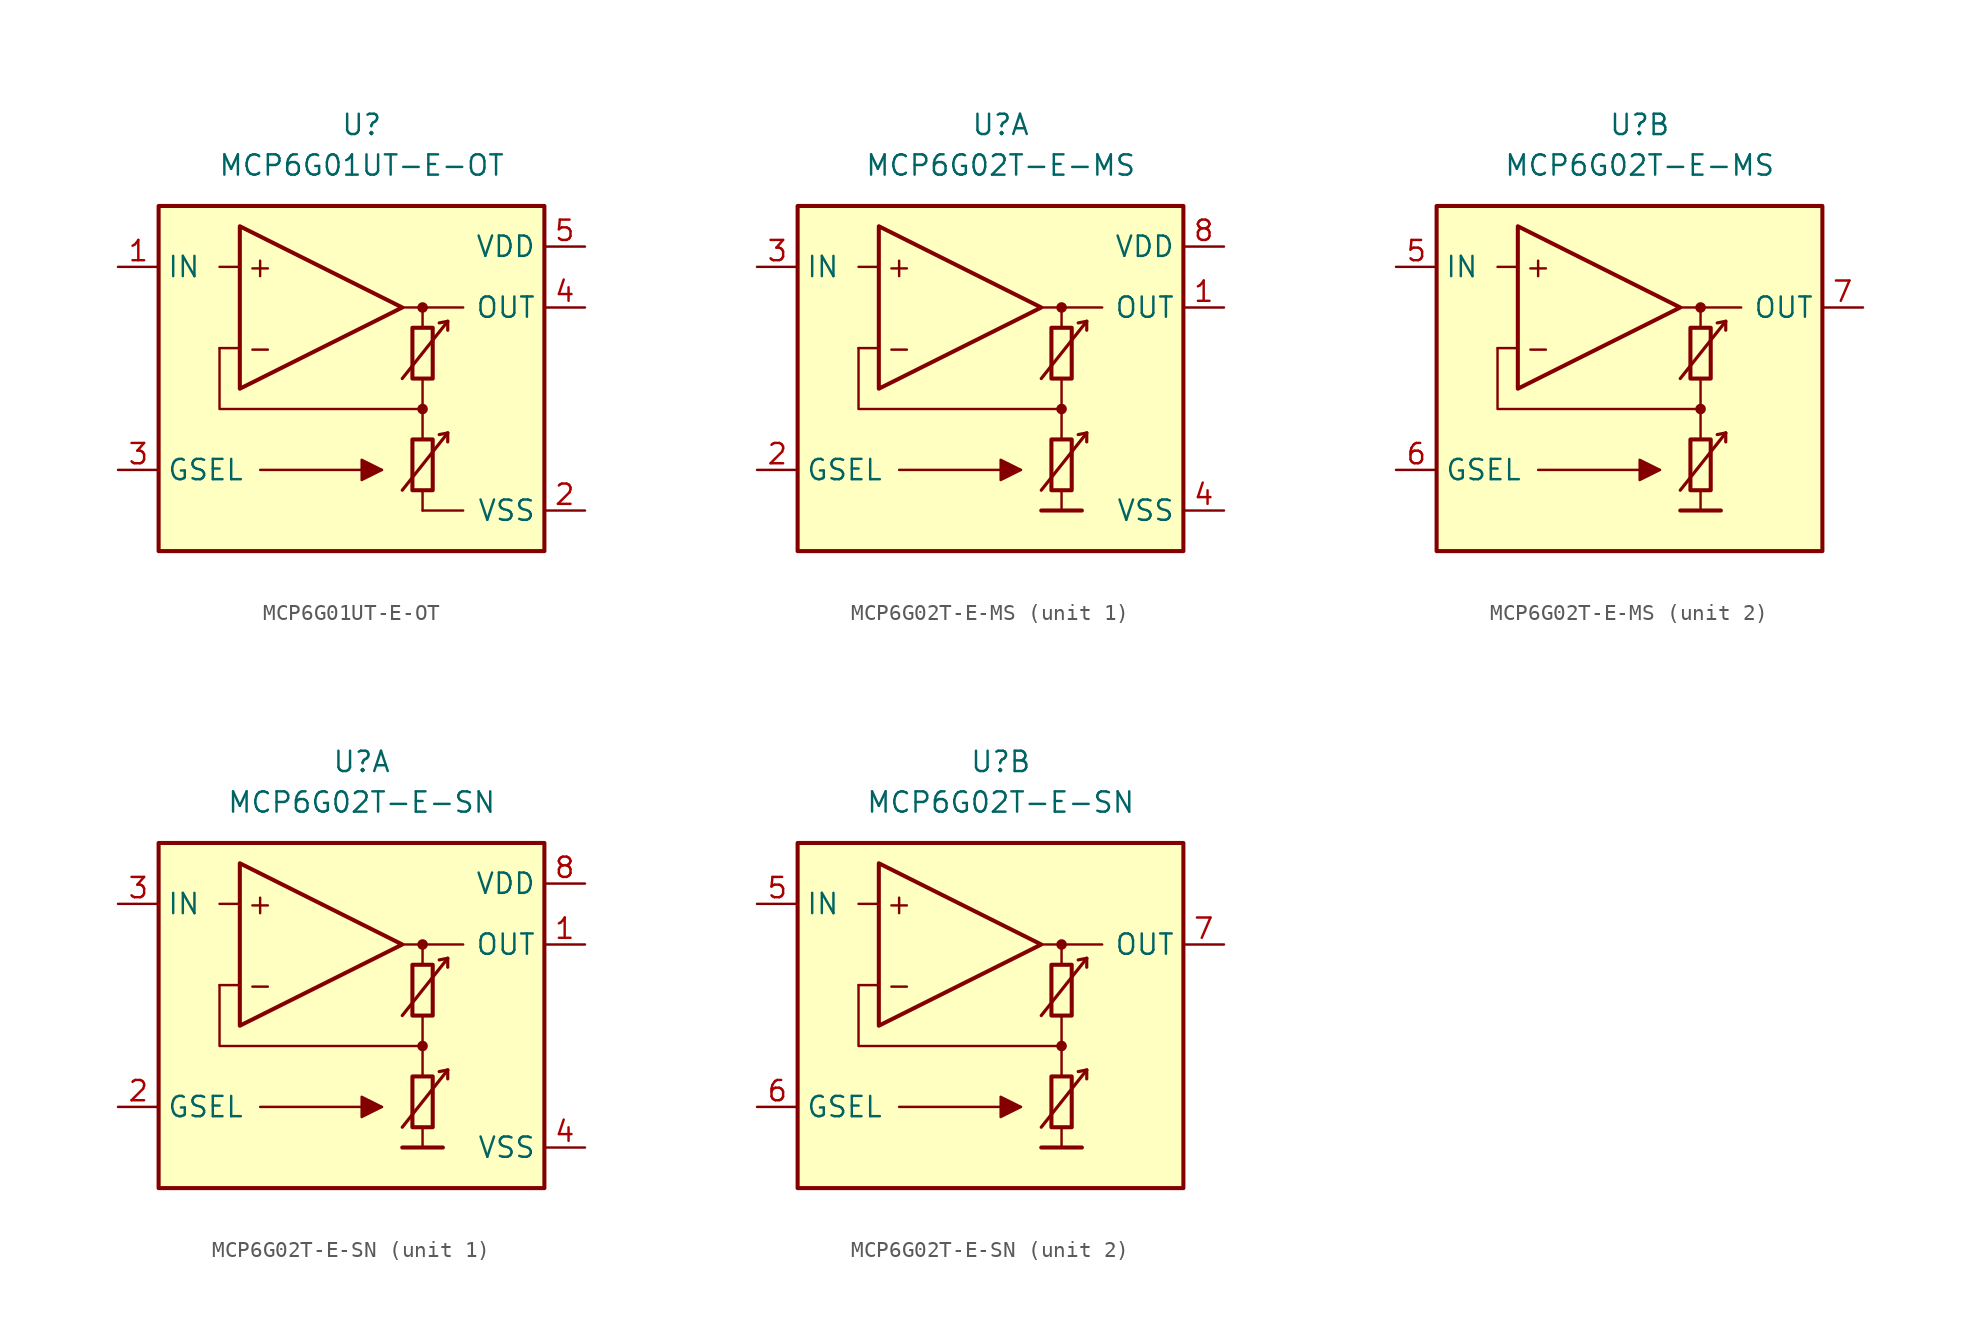
<source format=kicad_sym>
(kicad_symbol_lib
  (version 20211014)
  (generator kicad_symbol_editor)
  (symbol "MCP6G01UT-E-OT"
    (property "Reference" "U"
      (at 0 16.51 0)
      (effects (font (size 1.27 1.27))))
    (property "Value" "MCP6G01UT-E-OT"
      (at 0 13.97 0)
      (effects (font (size 1.27 1.27))))
    (symbol "MCP6G01UT-E-OT_0_0"
      (rectangle (start -12.7 11.43) (end 11.43 -10.16) (stroke (width 0.254) (type default) (color 0 0 0 0)) (fill (type background)))
      (polyline (pts (xy 3.81 -3.81)) (stroke (width 0.152) (type default) (color 0 0 0 0)) (fill (type none)))
      (polyline (pts (xy 3.81 3.81)) (stroke (width 0.152) (type default) (color 0 0 0 0)) (fill (type none)))
      (polyline (pts (xy -7.62 2.54) (xy -8.89 2.54)) (stroke (width 0.152) (type default) (color 0 0 0 0)) (fill (type none)))
      (polyline (pts (xy -7.62 7.62) (xy -8.89 7.62)) (stroke (width 0.152) (type default) (color 0 0 0 0)) (fill (type none)))
      (polyline (pts (xy 2.54 5.08) (xy 6.35 5.08)) (stroke (width 0.152) (type default) (color 0 0 0 0)) (fill (type none)))
      (polyline (pts (xy 3.81 -7.62) (xy 6.35 -7.62)) (stroke (width 0.152) (type default) (color 0 0 0 0)) (fill (type none)))
      (polyline (pts (xy 3.81 -6.35) (xy 3.81 -7.62)) (stroke (width 0.152) (type default) (color 0 0 0 0)) (fill (type none)))
      (polyline (pts (xy 3.81 -1.27) (xy 3.81 -3.175)) (stroke (width 0.152) (type default) (color 0 0 0 0)) (fill (type none)))
      (polyline (pts (xy 3.81 0.635) (xy 3.81 -1.27)) (stroke (width 0.152) (type default) (color 0 0 0 0)) (fill (type none)))
      (polyline (pts (xy 3.81 5.08) (xy 3.81 3.81)) (stroke (width 0.152) (type default) (color 0 0 0 0)) (fill (type none)))
      (polyline (pts (xy 3.81 -1.27) (xy -8.89 -1.27) (xy -8.89 2.54)) (stroke (width 0.152) (type default) (color 0 0 0 0)) (fill (type none)))
      (circle (center 3.81 -1.27) (radius 0.254) (stroke (width 0.152) (type default) (color 0 0 0 0)) (fill (type outline)))
      (circle (center 3.81 5.08) (radius 0.254) (stroke (width 0.152) (type default) (color 0 0 0 0)) (fill (type outline)))
      (text "+" (at -6.35 7.62 0) (effects (font (size 1.27 1.27))))
      (text "-" (at -6.35 2.54 0) (effects (font (size 1.27 1.27)))))
    (symbol "MCP6G01UT-E-OT_0_1"
      (polyline (pts (xy -6.35 -5.08) (xy 1.27 -5.08)) (stroke (width 0.152) (type default) (color 0 0 0 0)) (fill (type none)))
      (polyline (pts (xy 5.385 -2.769) (xy 4.851 -2.87)) (stroke (width 0.2) (type default) (color 0 0 0 0)) (fill (type none)))
      (polyline (pts (xy 5.385 -2.769) (xy 5.385 -3.327)) (stroke (width 0.2) (type default) (color 0 0 0 0)) (fill (type none)))
      (polyline (pts (xy 5.385 4.216) (xy 4.851 4.115)) (stroke (width 0.2) (type default) (color 0 0 0 0)) (fill (type none)))
      (polyline (pts (xy 5.385 4.216) (xy 5.385 3.658)) (stroke (width 0.2) (type default) (color 0 0 0 0)) (fill (type none)))
      (polyline (pts (xy -7.62 10.16) (xy -7.62 0) (xy 2.54 5.08) (xy -7.62 10.16)) (stroke (width 0.254) (type default) (color 0 0 0 0)) (fill (type background)))
      (polyline (pts (xy 2.54 -6.35) (xy 5.385 -2.769) (xy 5.385 -2.769) (xy 5.385 -2.769)) (stroke (width 0.2) (type default) (color 0 0 0 0)) (fill (type none)))
      (polyline (pts (xy 2.54 0.635) (xy 5.385 4.216) (xy 5.385 4.216) (xy 5.385 4.216)) (stroke (width 0.2) (type default) (color 0 0 0 0)) (fill (type none)))
      (polyline (pts (xy 1.27 -5.08) (xy 0 -4.445) (xy 0 -5.715) (xy 1.27 -5.08) (xy 0 -4.445)) (stroke (width 0.152) (type default) (color 0 0 0 0)) (fill (type outline)))
      (rectangle (start 3.175 -3.175) (end 4.445 -6.35) (stroke (width 0.254) (type default) (color 0 0 0 0)) (fill (type none)))
      (rectangle (start 3.175 3.81) (end 4.445 0.635) (stroke (width 0.254) (type default) (color 0 0 0 0)) (fill (type none))))
    (symbol "MCP6G01UT-E-OT_1_1"
      (pin input line (at -15.24 7.62 0) (length 2.54) (name "IN" (effects (font (size 1.27 1.27)))) (number "1" (effects (font (size 1.27 1.27)))))
      (pin power_in line (at 13.97 -7.62 180) (length 2.54) (name "VSS" (effects (font (size 1.27 1.27)))) (number "2" (effects (font (size 1.27 1.27)))))
      (pin input line (at -15.24 -5.08 0) (length 2.54) (name "GSEL" (effects (font (size 1.27 1.27)))) (number "3" (effects (font (size 1.27 1.27)))))
      (pin output line (at 13.97 5.08 180) (length 2.54) (name "OUT" (effects (font (size 1.27 1.27)))) (number "4" (effects (font (size 1.27 1.27)))))
      (pin power_in line (at 13.97 8.89 180) (length 2.54) (name "VDD" (effects (font (size 1.27 1.27)))) (number "5" (effects (font (size 1.27 1.27)))))))
  (symbol "MCP6G02T-E-MS"
    (property "Reference" "U"
      (at 0 16.51 0)
      (effects (font (size 1.27 1.27))))
    (property "Value" "MCP6G02T-E-MS"
      (at 0 13.97 0)
      (effects (font (size 1.27 1.27))))
    (property "ki_locked" ""
      (at 0 0 0)
      (effects (font (size 1.27 1.27))))
    (symbol "MCP6G02T-E-MS_0_0"
      (rectangle (start -12.7 11.43) (end 11.43 -10.16) (stroke (width 0.254) (type default) (color 0 0 0 0)) (fill (type background)))
      (polyline (pts (xy 3.81 -3.81)) (stroke (width 0.152) (type default) (color 0 0 0 0)) (fill (type none)))
      (polyline (pts (xy 3.81 3.81)) (stroke (width 0.152) (type default) (color 0 0 0 0)) (fill (type none)))
      (polyline (pts (xy -7.62 2.54) (xy -8.89 2.54)) (stroke (width 0.152) (type default) (color 0 0 0 0)) (fill (type none)))
      (polyline (pts (xy -7.62 7.62) (xy -8.89 7.62)) (stroke (width 0.152) (type default) (color 0 0 0 0)) (fill (type none)))
      (polyline (pts (xy 2.54 -7.62) (xy 5.08 -7.62)) (stroke (width 0.254) (type default) (color 0 0 0 0)) (fill (type none)))
      (polyline (pts (xy 2.54 5.08) (xy 6.35 5.08)) (stroke (width 0.152) (type default) (color 0 0 0 0)) (fill (type none)))
      (polyline (pts (xy 3.81 -6.35) (xy 3.81 -7.62)) (stroke (width 0.152) (type default) (color 0 0 0 0)) (fill (type none)))
      (polyline (pts (xy 3.81 -1.27) (xy 3.81 -3.175)) (stroke (width 0.152) (type default) (color 0 0 0 0)) (fill (type none)))
      (polyline (pts (xy 3.81 0.635) (xy 3.81 -1.27)) (stroke (width 0.152) (type default) (color 0 0 0 0)) (fill (type none)))
      (polyline (pts (xy 3.81 5.08) (xy 3.81 3.81)) (stroke (width 0.152) (type default) (color 0 0 0 0)) (fill (type none)))
      (polyline (pts (xy 3.81 -1.27) (xy -8.89 -1.27) (xy -8.89 2.54)) (stroke (width 0.152) (type default) (color 0 0 0 0)) (fill (type none)))
      (circle (center 3.81 -1.27) (radius 0.254) (stroke (width 0.152) (type default) (color 0 0 0 0)) (fill (type outline)))
      (circle (center 3.81 5.08) (radius 0.254) (stroke (width 0.152) (type default) (color 0 0 0 0)) (fill (type outline)))
      (text "+" (at -6.35 7.62 0) (effects (font (size 1.27 1.27))))
      (text "-" (at -6.35 2.54 0) (effects (font (size 1.27 1.27)))))
    (symbol "MCP6G02T-E-MS_0_1"
      (polyline (pts (xy -6.35 -5.08) (xy 1.27 -5.08)) (stroke (width 0.152) (type default) (color 0 0 0 0)) (fill (type none)))
      (polyline (pts (xy 5.385 -2.769) (xy 4.851 -2.87)) (stroke (width 0.2) (type default) (color 0 0 0 0)) (fill (type none)))
      (polyline (pts (xy 5.385 -2.769) (xy 5.385 -3.327)) (stroke (width 0.2) (type default) (color 0 0 0 0)) (fill (type none)))
      (polyline (pts (xy 5.385 4.216) (xy 4.851 4.115)) (stroke (width 0.2) (type default) (color 0 0 0 0)) (fill (type none)))
      (polyline (pts (xy 5.385 4.216) (xy 5.385 3.658)) (stroke (width 0.2) (type default) (color 0 0 0 0)) (fill (type none)))
      (polyline (pts (xy -7.62 10.16) (xy -7.62 0) (xy 2.54 5.08) (xy -7.62 10.16)) (stroke (width 0.254) (type default) (color 0 0 0 0)) (fill (type background)))
      (polyline (pts (xy 2.54 -6.35) (xy 5.385 -2.769) (xy 5.385 -2.769) (xy 5.385 -2.769)) (stroke (width 0.2) (type default) (color 0 0 0 0)) (fill (type none)))
      (polyline (pts (xy 2.54 0.635) (xy 5.385 4.216) (xy 5.385 4.216) (xy 5.385 4.216)) (stroke (width 0.2) (type default) (color 0 0 0 0)) (fill (type none)))
      (polyline (pts (xy 1.27 -5.08) (xy 0 -4.445) (xy 0 -5.715) (xy 1.27 -5.08) (xy 0 -4.445)) (stroke (width 0.152) (type default) (color 0 0 0 0)) (fill (type outline)))
      (rectangle (start 3.175 -3.175) (end 4.445 -6.35) (stroke (width 0.254) (type default) (color 0 0 0 0)) (fill (type none)))
      (rectangle (start 3.175 3.81) (end 4.445 0.635) (stroke (width 0.254) (type default) (color 0 0 0 0)) (fill (type none))))
    (symbol "MCP6G02T-E-MS_1_1"
      (pin output line (at 13.97 5.08 180) (length 2.54) (name "OUT" (effects (font (size 1.27 1.27)))) (number "1" (effects (font (size 1.27 1.27)))))
      (pin input line (at -15.24 -5.08 0) (length 2.54) (name "GSEL" (effects (font (size 1.27 1.27)))) (number "2" (effects (font (size 1.27 1.27)))))
      (pin input line (at -15.24 7.62 0) (length 2.54) (name "IN" (effects (font (size 1.27 1.27)))) (number "3" (effects (font (size 1.27 1.27)))))
      (pin power_in line (at 13.97 -7.62 180) (length 2.54) (name "VSS" (effects (font (size 1.27 1.27)))) (number "4" (effects (font (size 1.27 1.27)))))
      (pin power_in line (at 13.97 8.89 180) (length 2.54) (name "VDD" (effects (font (size 1.27 1.27)))) (number "8" (effects (font (size 1.27 1.27))))))
    (symbol "MCP6G02T-E-MS_2_1"
      (pin input line (at -15.24 7.62 0) (length 2.54) (name "IN" (effects (font (size 1.27 1.27)))) (number "5" (effects (font (size 1.27 1.27)))))
      (pin input line (at -15.24 -5.08 0) (length 2.54) (name "GSEL" (effects (font (size 1.27 1.27)))) (number "6" (effects (font (size 1.27 1.27)))))
      (pin output line (at 13.97 5.08 180) (length 2.54) (name "OUT" (effects (font (size 1.27 1.27)))) (number "7" (effects (font (size 1.27 1.27)))))))
  (symbol "MCP6G02T-E-SN"
    (property "Reference" "U"
      (at 0 16.51 0)
      (effects (font (size 1.27 1.27))))
    (property "Value" "MCP6G02T-E-SN"
      (at 0 13.97 0)
      (effects (font (size 1.27 1.27))))
    (property "ki_locked" ""
      (at 0 0 0)
      (effects (font (size 1.27 1.27))))
    (symbol "MCP6G02T-E-SN_0_0"
      (rectangle (start -12.7 11.43) (end 11.43 -10.16) (stroke (width 0.254) (type default) (color 0 0 0 0)) (fill (type background)))
      (polyline (pts (xy 3.81 -3.81)) (stroke (width 0.152) (type default) (color 0 0 0 0)) (fill (type none)))
      (polyline (pts (xy 3.81 3.81)) (stroke (width 0.152) (type default) (color 0 0 0 0)) (fill (type none)))
      (polyline (pts (xy -7.62 2.54) (xy -8.89 2.54)) (stroke (width 0.152) (type default) (color 0 0 0 0)) (fill (type none)))
      (polyline (pts (xy -7.62 7.62) (xy -8.89 7.62)) (stroke (width 0.152) (type default) (color 0 0 0 0)) (fill (type none)))
      (polyline (pts (xy 2.54 -7.62) (xy 5.08 -7.62)) (stroke (width 0.254) (type default) (color 0 0 0 0)) (fill (type none)))
      (polyline (pts (xy 2.54 5.08) (xy 6.35 5.08)) (stroke (width 0.152) (type default) (color 0 0 0 0)) (fill (type none)))
      (polyline (pts (xy 3.81 -6.35) (xy 3.81 -7.62)) (stroke (width 0.152) (type default) (color 0 0 0 0)) (fill (type none)))
      (polyline (pts (xy 3.81 -1.27) (xy 3.81 -3.175)) (stroke (width 0.152) (type default) (color 0 0 0 0)) (fill (type none)))
      (polyline (pts (xy 3.81 0.635) (xy 3.81 -1.27)) (stroke (width 0.152) (type default) (color 0 0 0 0)) (fill (type none)))
      (polyline (pts (xy 3.81 5.08) (xy 3.81 3.81)) (stroke (width 0.152) (type default) (color 0 0 0 0)) (fill (type none)))
      (polyline (pts (xy 3.81 -1.27) (xy -8.89 -1.27) (xy -8.89 2.54)) (stroke (width 0.152) (type default) (color 0 0 0 0)) (fill (type none)))
      (circle (center 3.81 -1.27) (radius 0.254) (stroke (width 0.152) (type default) (color 0 0 0 0)) (fill (type outline)))
      (circle (center 3.81 5.08) (radius 0.254) (stroke (width 0.152) (type default) (color 0 0 0 0)) (fill (type outline)))
      (text "+" (at -6.35 7.62 0) (effects (font (size 1.27 1.27))))
      (text "-" (at -6.35 2.54 0) (effects (font (size 1.27 1.27)))))
    (symbol "MCP6G02T-E-SN_0_1"
      (polyline (pts (xy -6.35 -5.08) (xy 1.27 -5.08)) (stroke (width 0.152) (type default) (color 0 0 0 0)) (fill (type none)))
      (polyline (pts (xy 5.385 -2.769) (xy 4.851 -2.87)) (stroke (width 0.2) (type default) (color 0 0 0 0)) (fill (type none)))
      (polyline (pts (xy 5.385 -2.769) (xy 5.385 -3.327)) (stroke (width 0.2) (type default) (color 0 0 0 0)) (fill (type none)))
      (polyline (pts (xy 5.385 4.216) (xy 4.851 4.115)) (stroke (width 0.2) (type default) (color 0 0 0 0)) (fill (type none)))
      (polyline (pts (xy 5.385 4.216) (xy 5.385 3.658)) (stroke (width 0.2) (type default) (color 0 0 0 0)) (fill (type none)))
      (polyline (pts (xy -7.62 10.16) (xy -7.62 0) (xy 2.54 5.08) (xy -7.62 10.16)) (stroke (width 0.254) (type default) (color 0 0 0 0)) (fill (type background)))
      (polyline (pts (xy 2.54 -6.35) (xy 5.385 -2.769) (xy 5.385 -2.769) (xy 5.385 -2.769)) (stroke (width 0.2) (type default) (color 0 0 0 0)) (fill (type none)))
      (polyline (pts (xy 2.54 0.635) (xy 5.385 4.216) (xy 5.385 4.216) (xy 5.385 4.216)) (stroke (width 0.2) (type default) (color 0 0 0 0)) (fill (type none)))
      (polyline (pts (xy 1.27 -5.08) (xy 0 -4.445) (xy 0 -5.715) (xy 1.27 -5.08) (xy 0 -4.445)) (stroke (width 0.152) (type default) (color 0 0 0 0)) (fill (type outline)))
      (rectangle (start 3.175 -3.175) (end 4.445 -6.35) (stroke (width 0.254) (type default) (color 0 0 0 0)) (fill (type none)))
      (rectangle (start 3.175 3.81) (end 4.445 0.635) (stroke (width 0.254) (type default) (color 0 0 0 0)) (fill (type none))))
    (symbol "MCP6G02T-E-SN_1_1"
      (pin output line (at 13.97 5.08 180) (length 2.54) (name "OUT" (effects (font (size 1.27 1.27)))) (number "1" (effects (font (size 1.27 1.27)))))
      (pin input line (at -15.24 -5.08 0) (length 2.54) (name "GSEL" (effects (font (size 1.27 1.27)))) (number "2" (effects (font (size 1.27 1.27)))))
      (pin input line (at -15.24 7.62 0) (length 2.54) (name "IN" (effects (font (size 1.27 1.27)))) (number "3" (effects (font (size 1.27 1.27)))))
      (pin power_in line (at 13.97 -7.62 180) (length 2.54) (name "VSS" (effects (font (size 1.27 1.27)))) (number "4" (effects (font (size 1.27 1.27)))))
      (pin power_in line (at 13.97 8.89 180) (length 2.54) (name "VDD" (effects (font (size 1.27 1.27)))) (number "8" (effects (font (size 1.27 1.27))))))
    (symbol "MCP6G02T-E-SN_2_1"
      (pin input line (at -15.24 7.62 0) (length 2.54) (name "IN" (effects (font (size 1.27 1.27)))) (number "5" (effects (font (size 1.27 1.27)))))
      (pin input line (at -15.24 -5.08 0) (length 2.54) (name "GSEL" (effects (font (size 1.27 1.27)))) (number "6" (effects (font (size 1.27 1.27)))))
      (pin output line (at 13.97 5.08 180) (length 2.54) (name "OUT" (effects (font (size 1.27 1.27)))) (number "7" (effects (font (size 1.27 1.27))))))))
</source>
